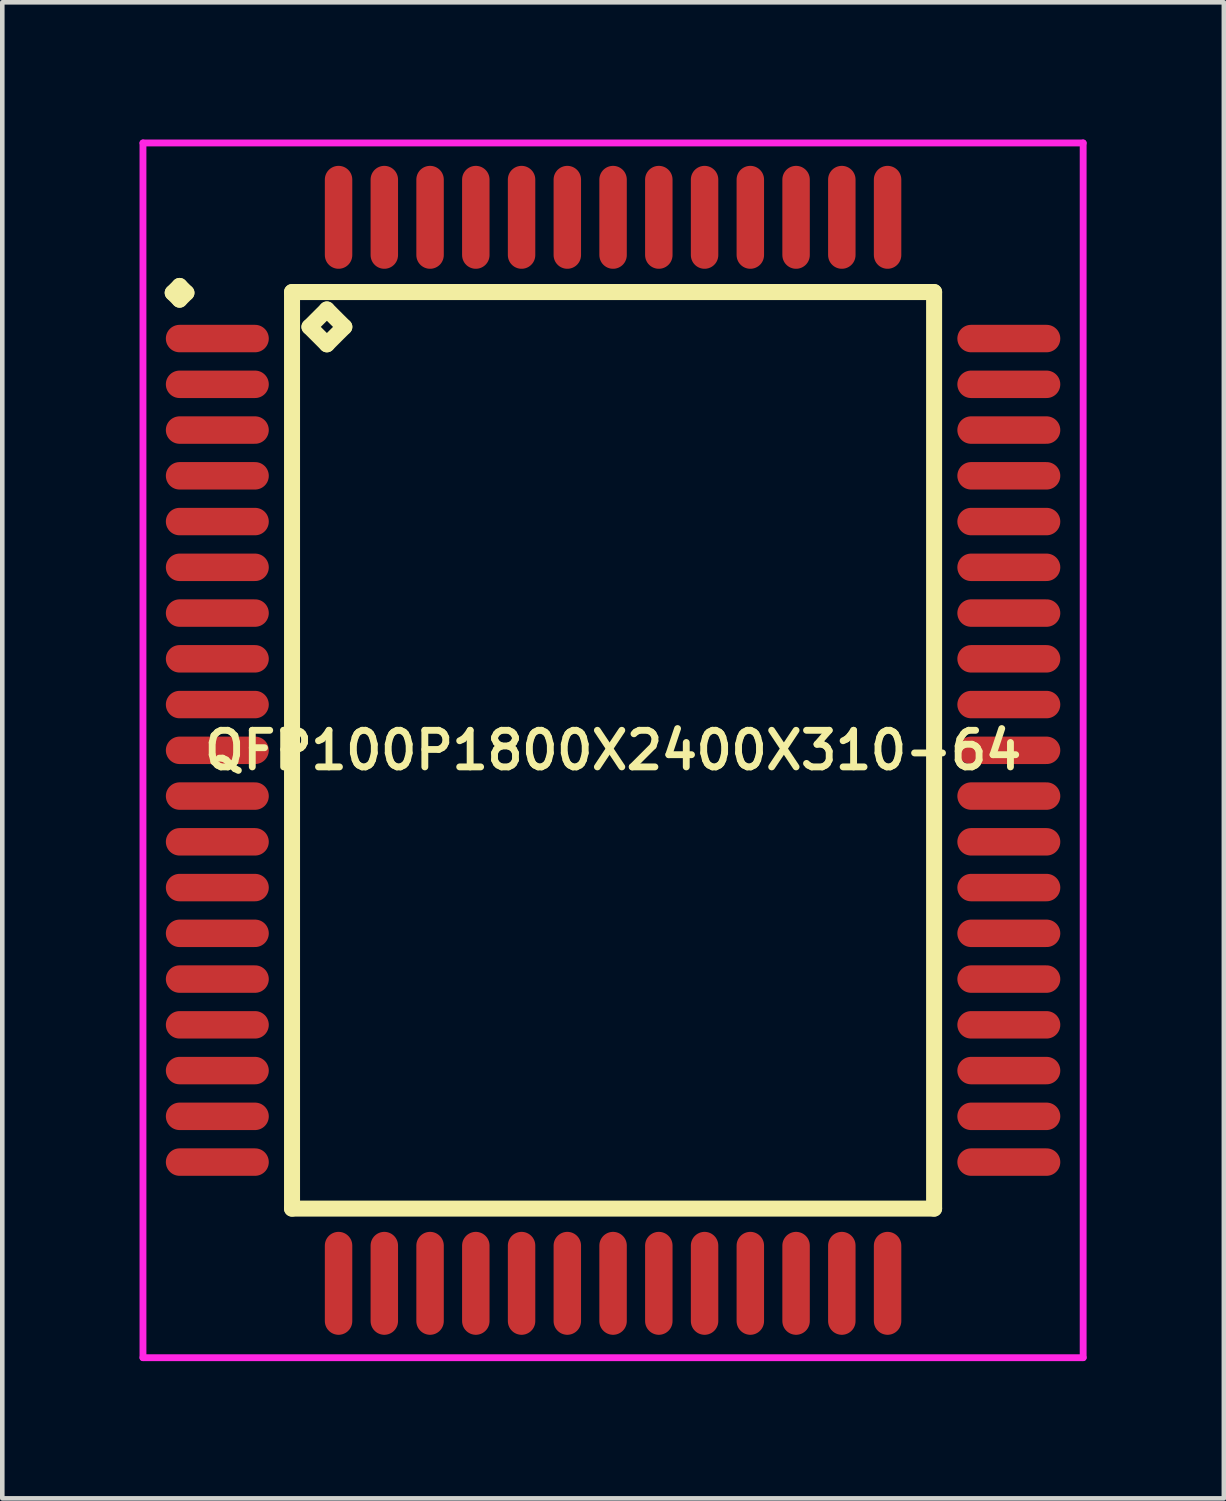
<source format=kicad_pcb>
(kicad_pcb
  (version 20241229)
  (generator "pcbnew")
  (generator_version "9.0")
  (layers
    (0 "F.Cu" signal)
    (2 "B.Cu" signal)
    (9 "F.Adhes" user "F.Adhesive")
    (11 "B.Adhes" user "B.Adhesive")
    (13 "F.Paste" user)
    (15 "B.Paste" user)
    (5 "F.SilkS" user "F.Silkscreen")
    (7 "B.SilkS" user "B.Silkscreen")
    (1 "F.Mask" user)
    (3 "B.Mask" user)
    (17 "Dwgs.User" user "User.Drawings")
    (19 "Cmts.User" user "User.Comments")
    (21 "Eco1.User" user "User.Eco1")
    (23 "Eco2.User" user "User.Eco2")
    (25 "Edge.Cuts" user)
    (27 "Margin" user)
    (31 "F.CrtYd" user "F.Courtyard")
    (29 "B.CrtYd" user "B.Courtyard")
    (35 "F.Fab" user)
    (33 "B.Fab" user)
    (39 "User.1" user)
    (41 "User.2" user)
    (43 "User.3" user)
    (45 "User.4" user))
  (footprint "QFP100P1800X2400X310-64"
    (layer "F.Cu")
    (at 10.35 13.35)
    (property "Reference" "QFP100P1800X2400X310-64" (at 0 0 0) (layer "F.SilkS") (effects (font (size 0.8 0.8) (thickness 0.15))))
    (attr smd)
    (fp_line (start -9.625 -10) (end -9.475 -10.15) (stroke (width 0.35) (type solid)) (layer "F.SilkS"))
    (fp_line (start -9.475 -10.15) (end -9.325 -10) (stroke (width 0.35) (type solid)) (layer "F.SilkS"))
    (fp_line (start -9.475 -9.85) (end -9.625 -10) (stroke (width 0.35) (type solid)) (layer "F.SilkS"))
    (fp_line (start -9.325 -10) (end -9.475 -9.85) (stroke (width 0.35) (type solid)) (layer "F.SilkS"))
    (fp_line (start -7.017 -10.017) (end -7.017 10.017) (stroke (width 0.35) (type solid)) (layer "F.SilkS"))
    (fp_line (start -7.017 10.017) (end 7.017 10.017) (stroke (width 0.35) (type solid)) (layer "F.SilkS"))
    (fp_line (start -6.636 -9.255) (end -6.255 -9.636) (stroke (width 0.35) (type solid)) (layer "F.SilkS"))
    (fp_line (start -6.255 -9.636) (end -5.874 -9.255) (stroke (width 0.35) (type solid)) (layer "F.SilkS"))
    (fp_line (start -6.255 -8.874) (end -6.636 -9.255) (stroke (width 0.35) (type solid)) (layer "F.SilkS"))
    (fp_line (start -5.874 -9.255) (end -6.255 -8.874) (stroke (width 0.35) (type solid)) (layer "F.SilkS"))
    (fp_line (start 7.017 -10.017) (end -7.017 -10.017) (stroke (width 0.35) (type solid)) (layer "F.SilkS"))
    (fp_line (start 7.017 10.017) (end 7.017 -10.017) (stroke (width 0.35) (type solid)) (layer "F.SilkS"))
    (fp_line (start -10.275 -13.275) (end 10.275 -13.275) (stroke (width 0.15) (type solid)) (layer "F.CrtYd"))
    (fp_line (start -10.275 13.275) (end -10.275 -13.275) (stroke (width 0.15) (type solid)) (layer "F.CrtYd"))
    (fp_line (start 10.275 -13.275) (end 10.275 13.275) (stroke (width 0.15) (type solid)) (layer "F.CrtYd"))
    (fp_line (start 10.275 13.275) (end -10.275 13.275) (stroke (width 0.15) (type solid)) (layer "F.CrtYd"))
    (pad "1" smd oval (at -8.65 -9) (size 2.25 0.6) (layers "F.Cu" "F.Mask" "F.Paste"))
    (pad "2" smd oval (at -8.65 -8) (size 2.25 0.6) (layers "F.Cu" "F.Mask" "F.Paste"))
    (pad "3" smd oval (at -8.65 -7) (size 2.25 0.6) (layers "F.Cu" "F.Mask" "F.Paste"))
    (pad "4" smd oval (at -8.65 -6) (size 2.25 0.6) (layers "F.Cu" "F.Mask" "F.Paste"))
    (pad "5" smd oval (at -8.65 -5) (size 2.25 0.6) (layers "F.Cu" "F.Mask" "F.Paste"))
    (pad "6" smd oval (at -8.65 -4) (size 2.25 0.6) (layers "F.Cu" "F.Mask" "F.Paste"))
    (pad "7" smd oval (at -8.65 -3) (size 2.25 0.6) (layers "F.Cu" "F.Mask" "F.Paste"))
    (pad "8" smd oval (at -8.65 -2) (size 2.25 0.6) (layers "F.Cu" "F.Mask" "F.Paste"))
    (pad "9" smd oval (at -8.65 -1) (size 2.25 0.6) (layers "F.Cu" "F.Mask" "F.Paste"))
    (pad "10" smd oval (at -8.65 0) (size 2.25 0.6) (layers "F.Cu" "F.Mask" "F.Paste"))
    (pad "11" smd oval (at -8.65 1) (size 2.25 0.6) (layers "F.Cu" "F.Mask" "F.Paste"))
    (pad "12" smd oval (at -8.65 2) (size 2.25 0.6) (layers "F.Cu" "F.Mask" "F.Paste"))
    (pad "13" smd oval (at -8.65 3) (size 2.25 0.6) (layers "F.Cu" "F.Mask" "F.Paste"))
    (pad "14" smd oval (at -8.65 4) (size 2.25 0.6) (layers "F.Cu" "F.Mask" "F.Paste"))
    (pad "15" smd oval (at -8.65 5) (size 2.25 0.6) (layers "F.Cu" "F.Mask" "F.Paste"))
    (pad "16" smd oval (at -8.65 6) (size 2.25 0.6) (layers "F.Cu" "F.Mask" "F.Paste"))
    (pad "17" smd oval (at -8.65 7) (size 2.25 0.6) (layers "F.Cu" "F.Mask" "F.Paste"))
    (pad "18" smd oval (at -8.65 8) (size 2.25 0.6) (layers "F.Cu" "F.Mask" "F.Paste"))
    (pad "19" smd oval (at -8.65 9) (size 2.25 0.6) (layers "F.Cu" "F.Mask" "F.Paste"))
    (pad "20" smd oval (at -6 11.65) (size 0.6 2.25) (layers "F.Cu" "F.Mask" "F.Paste"))
    (pad "21" smd oval (at -5 11.65) (size 0.6 2.25) (layers "F.Cu" "F.Mask" "F.Paste"))
    (pad "22" smd oval (at -4 11.65) (size 0.6 2.25) (layers "F.Cu" "F.Mask" "F.Paste"))
    (pad "23" smd oval (at -3 11.65) (size 0.6 2.25) (layers "F.Cu" "F.Mask" "F.Paste"))
    (pad "24" smd oval (at -2 11.65) (size 0.6 2.25) (layers "F.Cu" "F.Mask" "F.Paste"))
    (pad "25" smd oval (at -1 11.65) (size 0.6 2.25) (layers "F.Cu" "F.Mask" "F.Paste"))
    (pad "26" smd oval (at 0 11.65) (size 0.6 2.25) (layers "F.Cu" "F.Mask" "F.Paste"))
    (pad "27" smd oval (at 1 11.65) (size 0.6 2.25) (layers "F.Cu" "F.Mask" "F.Paste"))
    (pad "28" smd oval (at 2 11.65) (size 0.6 2.25) (layers "F.Cu" "F.Mask" "F.Paste"))
    (pad "29" smd oval (at 3 11.65) (size 0.6 2.25) (layers "F.Cu" "F.Mask" "F.Paste"))
    (pad "30" smd oval (at 4 11.65) (size 0.6 2.25) (layers "F.Cu" "F.Mask" "F.Paste"))
    (pad "31" smd oval (at 5 11.65) (size 0.6 2.25) (layers "F.Cu" "F.Mask" "F.Paste"))
    (pad "32" smd oval (at 6 11.65) (size 0.6 2.25) (layers "F.Cu" "F.Mask" "F.Paste"))
    (pad "33" smd oval (at 8.65 9) (size 2.25 0.6) (layers "F.Cu" "F.Mask" "F.Paste"))
    (pad "34" smd oval (at 8.65 8) (size 2.25 0.6) (layers "F.Cu" "F.Mask" "F.Paste"))
    (pad "35" smd oval (at 8.65 7) (size 2.25 0.6) (layers "F.Cu" "F.Mask" "F.Paste"))
    (pad "36" smd oval (at 8.65 6) (size 2.25 0.6) (layers "F.Cu" "F.Mask" "F.Paste"))
    (pad "37" smd oval (at 8.65 5) (size 2.25 0.6) (layers "F.Cu" "F.Mask" "F.Paste"))
    (pad "38" smd oval (at 8.65 4) (size 2.25 0.6) (layers "F.Cu" "F.Mask" "F.Paste"))
    (pad "39" smd oval (at 8.65 3) (size 2.25 0.6) (layers "F.Cu" "F.Mask" "F.Paste"))
    (pad "40" smd oval (at 8.65 2) (size 2.25 0.6) (layers "F.Cu" "F.Mask" "F.Paste"))
    (pad "41" smd oval (at 8.65 1) (size 2.25 0.6) (layers "F.Cu" "F.Mask" "F.Paste"))
    (pad "42" smd oval (at 8.65 0) (size 2.25 0.6) (layers "F.Cu" "F.Mask" "F.Paste"))
    (pad "43" smd oval (at 8.65 -1) (size 2.25 0.6) (layers "F.Cu" "F.Mask" "F.Paste"))
    (pad "44" smd oval (at 8.65 -2) (size 2.25 0.6) (layers "F.Cu" "F.Mask" "F.Paste"))
    (pad "45" smd oval (at 8.65 -3) (size 2.25 0.6) (layers "F.Cu" "F.Mask" "F.Paste"))
    (pad "46" smd oval (at 8.65 -4) (size 2.25 0.6) (layers "F.Cu" "F.Mask" "F.Paste"))
    (pad "47" smd oval (at 8.65 -5) (size 2.25 0.6) (layers "F.Cu" "F.Mask" "F.Paste"))
    (pad "48" smd oval (at 8.65 -6) (size 2.25 0.6) (layers "F.Cu" "F.Mask" "F.Paste"))
    (pad "49" smd oval (at 8.65 -7) (size 2.25 0.6) (layers "F.Cu" "F.Mask" "F.Paste"))
    (pad "50" smd oval (at 8.65 -8) (size 2.25 0.6) (layers "F.Cu" "F.Mask" "F.Paste"))
    (pad "51" smd oval (at 8.65 -9) (size 2.25 0.6) (layers "F.Cu" "F.Mask" "F.Paste"))
    (pad "52" smd oval (at 6 -11.65) (size 0.6 2.25) (layers "F.Cu" "F.Mask" "F.Paste"))
    (pad "53" smd oval (at 5 -11.65) (size 0.6 2.25) (layers "F.Cu" "F.Mask" "F.Paste"))
    (pad "54" smd oval (at 4 -11.65) (size 0.6 2.25) (layers "F.Cu" "F.Mask" "F.Paste"))
    (pad "55" smd oval (at 3 -11.65) (size 0.6 2.25) (layers "F.Cu" "F.Mask" "F.Paste"))
    (pad "56" smd oval (at 2 -11.65) (size 0.6 2.25) (layers "F.Cu" "F.Mask" "F.Paste"))
    (pad "57" smd oval (at 1 -11.65) (size 0.6 2.25) (layers "F.Cu" "F.Mask" "F.Paste"))
    (pad "58" smd oval (at 0 -11.65) (size 0.6 2.25) (layers "F.Cu" "F.Mask" "F.Paste"))
    (pad "59" smd oval (at -1 -11.65) (size 0.6 2.25) (layers "F.Cu" "F.Mask" "F.Paste"))
    (pad "60" smd oval (at -2 -11.65) (size 0.6 2.25) (layers "F.Cu" "F.Mask" "F.Paste"))
    (pad "61" smd oval (at -3 -11.65) (size 0.6 2.25) (layers "F.Cu" "F.Mask" "F.Paste"))
    (pad "62" smd oval (at -4 -11.65) (size 0.6 2.25) (layers "F.Cu" "F.Mask" "F.Paste"))
    (pad "63" smd oval (at -5 -11.65) (size 0.6 2.25) (layers "F.Cu" "F.Mask" "F.Paste"))
    (pad "64" smd oval (at -6 -11.65) (size 0.6 2.25) (layers "F.Cu" "F.Mask" "F.Paste")))
  (gr_rect
    (start -3 -3)
    (end 23.7 29.7)
    (stroke (width 0.1) (type default))
    (fill no)
    (layer "Edge.Cuts")))
</source>
